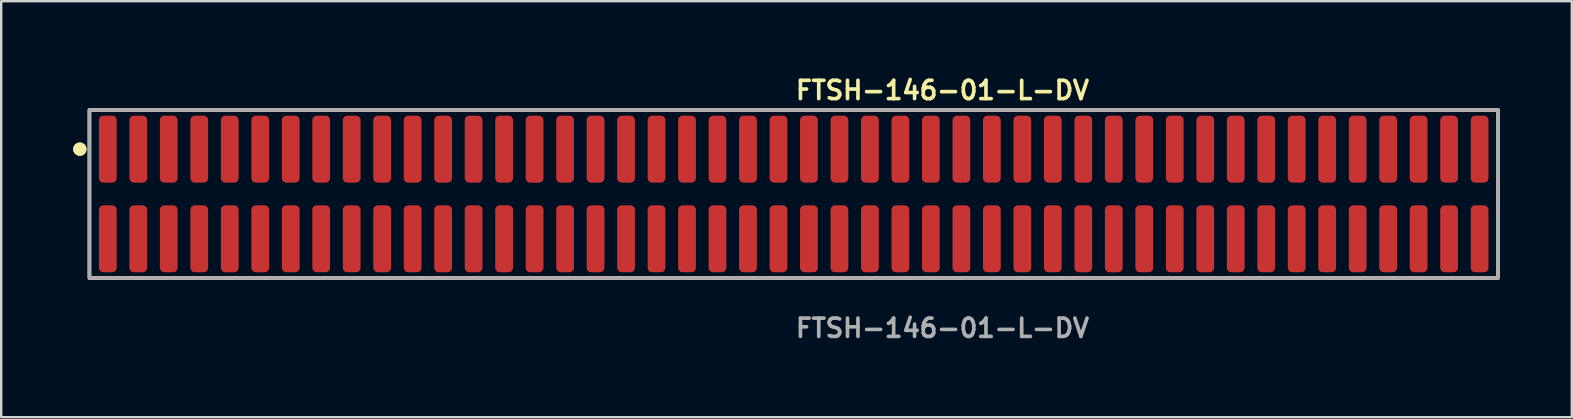
<source format=kicad_pcb>
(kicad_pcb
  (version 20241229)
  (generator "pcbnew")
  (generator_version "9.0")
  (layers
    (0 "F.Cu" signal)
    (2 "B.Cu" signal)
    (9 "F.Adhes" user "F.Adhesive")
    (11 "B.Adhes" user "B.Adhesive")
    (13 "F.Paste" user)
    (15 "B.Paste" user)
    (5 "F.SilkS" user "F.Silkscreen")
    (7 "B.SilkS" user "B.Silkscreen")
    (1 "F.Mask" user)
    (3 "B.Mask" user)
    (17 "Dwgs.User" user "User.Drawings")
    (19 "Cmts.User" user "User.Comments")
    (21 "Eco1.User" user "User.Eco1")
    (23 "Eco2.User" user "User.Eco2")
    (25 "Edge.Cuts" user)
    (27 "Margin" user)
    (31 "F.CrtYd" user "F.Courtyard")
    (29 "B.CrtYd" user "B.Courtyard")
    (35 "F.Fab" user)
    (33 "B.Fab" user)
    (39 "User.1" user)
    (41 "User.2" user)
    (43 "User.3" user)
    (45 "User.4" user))
  (footprint "FTSH-146-01-L-DV"
    (layer "F.Cu")
    (at 30.016 5.031)
    (property "Reference" "FTSH-146-01-L-DV" (at 0 -4.318 0) (unlocked yes) (layer "F.SilkS") (effects (font (size 0.762 0.762) (thickness 0.152)) (justify left)))
    (fp_rect (start -29.34 3.5) (end 29.34 -3.5) (stroke (width 0.152) (type solid)) (fill no) (layer "F.SilkS"))
    (fp_circle (center -29.74 -1.867) (end -29.94 -1.867) (stroke (width 0.152) (type solid)) (fill yes) (layer "F.SilkS"))
    (fp_circle (center -29.74 -1.867) (end -29.94 -1.867) (stroke (width 0.152) (type solid)) (fill yes) (layer "F.SilkS"))
    (fp_rect (start -29.34 3.5) (end 29.34 -3.5) (stroke (width 0.006) (type solid)) (fill no) (layer "F.CrtYd"))
    (fp_rect (start -29.34 3.5) (end 29.34 -3.5) (stroke (width 0.152) (type solid)) (fill no) (layer "F.Fab"))
    (fp_text user "${REFERENCE}" (at 0 5.588 0) (unlocked yes) (layer "F.Fab") (effects (font (size 0.762 0.762) (thickness 0.152)) (justify left)))
    (pad "1" smd roundrect (at -28.575 -1.867) (size 0.74 2.79) (layers "F.Cu" "F.Paste") (roundrect_rratio 0.25))
    (pad "2" smd roundrect (at -28.575 1.867) (size 0.74 2.79) (layers "F.Cu" "F.Paste") (roundrect_rratio 0.25))
    (pad "3" smd roundrect (at -27.305 -1.867) (size 0.74 2.79) (layers "F.Cu" "F.Paste") (roundrect_rratio 0.25))
    (pad "4" smd roundrect (at -27.305 1.867) (size 0.74 2.79) (layers "F.Cu" "F.Paste") (roundrect_rratio 0.25))
    (pad "5" smd roundrect (at -26.035 -1.867) (size 0.74 2.79) (layers "F.Cu" "F.Paste") (roundrect_rratio 0.25))
    (pad "6" smd roundrect (at -26.035 1.867) (size 0.74 2.79) (layers "F.Cu" "F.Paste") (roundrect_rratio 0.25))
    (pad "7" smd roundrect (at -24.765 -1.867) (size 0.74 2.79) (layers "F.Cu" "F.Paste") (roundrect_rratio 0.25))
    (pad "8" smd roundrect (at -24.765 1.867) (size 0.74 2.79) (layers "F.Cu" "F.Paste") (roundrect_rratio 0.25))
    (pad "9" smd roundrect (at -23.495 -1.867) (size 0.74 2.79) (layers "F.Cu" "F.Paste") (roundrect_rratio 0.25))
    (pad "10" smd roundrect (at -23.495 1.867) (size 0.74 2.79) (layers "F.Cu" "F.Paste") (roundrect_rratio 0.25))
    (pad "11" smd roundrect (at -22.225 -1.867) (size 0.74 2.79) (layers "F.Cu" "F.Paste") (roundrect_rratio 0.25))
    (pad "12" smd roundrect (at -22.225 1.867) (size 0.74 2.79) (layers "F.Cu" "F.Paste") (roundrect_rratio 0.25))
    (pad "13" smd roundrect (at -20.955 -1.867) (size 0.74 2.79) (layers "F.Cu" "F.Paste") (roundrect_rratio 0.25))
    (pad "14" smd roundrect (at -20.955 1.867) (size 0.74 2.79) (layers "F.Cu" "F.Paste") (roundrect_rratio 0.25))
    (pad "15" smd roundrect (at -19.685 -1.867) (size 0.74 2.79) (layers "F.Cu" "F.Paste") (roundrect_rratio 0.25))
    (pad "16" smd roundrect (at -19.685 1.867) (size 0.74 2.79) (layers "F.Cu" "F.Paste") (roundrect_rratio 0.25))
    (pad "17" smd roundrect (at -18.415 -1.867) (size 0.74 2.79) (layers "F.Cu" "F.Paste") (roundrect_rratio 0.25))
    (pad "18" smd roundrect (at -18.415 1.867) (size 0.74 2.79) (layers "F.Cu" "F.Paste") (roundrect_rratio 0.25))
    (pad "19" smd roundrect (at -17.145 -1.867) (size 0.74 2.79) (layers "F.Cu" "F.Paste") (roundrect_rratio 0.25))
    (pad "20" smd roundrect (at -17.145 1.867) (size 0.74 2.79) (layers "F.Cu" "F.Paste") (roundrect_rratio 0.25))
    (pad "21" smd roundrect (at -15.875 -1.867) (size 0.74 2.79) (layers "F.Cu" "F.Paste") (roundrect_rratio 0.25))
    (pad "22" smd roundrect (at -15.875 1.867) (size 0.74 2.79) (layers "F.Cu" "F.Paste") (roundrect_rratio 0.25))
    (pad "23" smd roundrect (at -14.605 -1.867) (size 0.74 2.79) (layers "F.Cu" "F.Paste") (roundrect_rratio 0.25))
    (pad "24" smd roundrect (at -14.605 1.867) (size 0.74 2.79) (layers "F.Cu" "F.Paste") (roundrect_rratio 0.25))
    (pad "25" smd roundrect (at -13.335 -1.867) (size 0.74 2.79) (layers "F.Cu" "F.Paste") (roundrect_rratio 0.25))
    (pad "26" smd roundrect (at -13.335 1.867) (size 0.74 2.79) (layers "F.Cu" "F.Paste") (roundrect_rratio 0.25))
    (pad "27" smd roundrect (at -12.065 -1.867) (size 0.74 2.79) (layers "F.Cu" "F.Paste") (roundrect_rratio 0.25))
    (pad "28" smd roundrect (at -12.065 1.867) (size 0.74 2.79) (layers "F.Cu" "F.Paste") (roundrect_rratio 0.25))
    (pad "29" smd roundrect (at -10.795 -1.867) (size 0.74 2.79) (layers "F.Cu" "F.Paste") (roundrect_rratio 0.25))
    (pad "30" smd roundrect (at -10.795 1.867) (size 0.74 2.79) (layers "F.Cu" "F.Paste") (roundrect_rratio 0.25))
    (pad "31" smd roundrect (at -9.525 -1.867) (size 0.74 2.79) (layers "F.Cu" "F.Paste") (roundrect_rratio 0.25))
    (pad "32" smd roundrect (at -9.525 1.867) (size 0.74 2.79) (layers "F.Cu" "F.Paste") (roundrect_rratio 0.25))
    (pad "33" smd roundrect (at -8.255 -1.867) (size 0.74 2.79) (layers "F.Cu" "F.Paste") (roundrect_rratio 0.25))
    (pad "34" smd roundrect (at -8.255 1.867) (size 0.74 2.79) (layers "F.Cu" "F.Paste") (roundrect_rratio 0.25))
    (pad "35" smd roundrect (at -6.985 -1.867) (size 0.74 2.79) (layers "F.Cu" "F.Paste") (roundrect_rratio 0.25))
    (pad "36" smd roundrect (at -6.985 1.867) (size 0.74 2.79) (layers "F.Cu" "F.Paste") (roundrect_rratio 0.25))
    (pad "37" smd roundrect (at -5.715 -1.867) (size 0.74 2.79) (layers "F.Cu" "F.Paste") (roundrect_rratio 0.25))
    (pad "38" smd roundrect (at -5.715 1.867) (size 0.74 2.79) (layers "F.Cu" "F.Paste") (roundrect_rratio 0.25))
    (pad "39" smd roundrect (at -4.445 -1.867) (size 0.74 2.79) (layers "F.Cu" "F.Paste") (roundrect_rratio 0.25))
    (pad "40" smd roundrect (at -4.445 1.867) (size 0.74 2.79) (layers "F.Cu" "F.Paste") (roundrect_rratio 0.25))
    (pad "41" smd roundrect (at -3.175 -1.867) (size 0.74 2.79) (layers "F.Cu" "F.Paste") (roundrect_rratio 0.25))
    (pad "42" smd roundrect (at -3.175 1.867) (size 0.74 2.79) (layers "F.Cu" "F.Paste") (roundrect_rratio 0.25))
    (pad "43" smd roundrect (at -1.905 -1.867) (size 0.74 2.79) (layers "F.Cu" "F.Paste") (roundrect_rratio 0.25))
    (pad "44" smd roundrect (at -1.905 1.867) (size 0.74 2.79) (layers "F.Cu" "F.Paste") (roundrect_rratio 0.25))
    (pad "45" smd roundrect (at -0.635 -1.867) (size 0.74 2.79) (layers "F.Cu" "F.Paste") (roundrect_rratio 0.25))
    (pad "46" smd roundrect (at -0.635 1.867) (size 0.74 2.79) (layers "F.Cu" "F.Paste") (roundrect_rratio 0.25))
    (pad "47" smd roundrect (at 0.635 -1.867) (size 0.74 2.79) (layers "F.Cu" "F.Paste") (roundrect_rratio 0.25))
    (pad "48" smd roundrect (at 0.635 1.867) (size 0.74 2.79) (layers "F.Cu" "F.Paste") (roundrect_rratio 0.25))
    (pad "49" smd roundrect (at 1.905 -1.867) (size 0.74 2.79) (layers "F.Cu" "F.Paste") (roundrect_rratio 0.25))
    (pad "50" smd roundrect (at 1.905 1.867) (size 0.74 2.79) (layers "F.Cu" "F.Paste") (roundrect_rratio 0.25))
    (pad "51" smd roundrect (at 3.175 -1.867) (size 0.74 2.79) (layers "F.Cu" "F.Paste") (roundrect_rratio 0.25))
    (pad "52" smd roundrect (at 3.175 1.867) (size 0.74 2.79) (layers "F.Cu" "F.Paste") (roundrect_rratio 0.25))
    (pad "53" smd roundrect (at 4.445 -1.867) (size 0.74 2.79) (layers "F.Cu" "F.Paste") (roundrect_rratio 0.25))
    (pad "54" smd roundrect (at 4.445 1.867) (size 0.74 2.79) (layers "F.Cu" "F.Paste") (roundrect_rratio 0.25))
    (pad "55" smd roundrect (at 5.715 -1.867) (size 0.74 2.79) (layers "F.Cu" "F.Paste") (roundrect_rratio 0.25))
    (pad "56" smd roundrect (at 5.715 1.867) (size 0.74 2.79) (layers "F.Cu" "F.Paste") (roundrect_rratio 0.25))
    (pad "57" smd roundrect (at 6.985 -1.867) (size 0.74 2.79) (layers "F.Cu" "F.Paste") (roundrect_rratio 0.25))
    (pad "58" smd roundrect (at 6.985 1.867) (size 0.74 2.79) (layers "F.Cu" "F.Paste") (roundrect_rratio 0.25))
    (pad "59" smd roundrect (at 8.255 -1.867) (size 0.74 2.79) (layers "F.Cu" "F.Paste") (roundrect_rratio 0.25))
    (pad "60" smd roundrect (at 8.255 1.867) (size 0.74 2.79) (layers "F.Cu" "F.Paste") (roundrect_rratio 0.25))
    (pad "61" smd roundrect (at 9.525 -1.867) (size 0.74 2.79) (layers "F.Cu" "F.Paste") (roundrect_rratio 0.25))
    (pad "62" smd roundrect (at 9.525 1.867) (size 0.74 2.79) (layers "F.Cu" "F.Paste") (roundrect_rratio 0.25))
    (pad "63" smd roundrect (at 10.795 -1.867) (size 0.74 2.79) (layers "F.Cu" "F.Paste") (roundrect_rratio 0.25))
    (pad "64" smd roundrect (at 10.795 1.867) (size 0.74 2.79) (layers "F.Cu" "F.Paste") (roundrect_rratio 0.25))
    (pad "65" smd roundrect (at 12.065 -1.867) (size 0.74 2.79) (layers "F.Cu" "F.Paste") (roundrect_rratio 0.25))
    (pad "66" smd roundrect (at 12.065 1.867) (size 0.74 2.79) (layers "F.Cu" "F.Paste") (roundrect_rratio 0.25))
    (pad "67" smd roundrect (at 13.335 -1.867) (size 0.74 2.79) (layers "F.Cu" "F.Paste") (roundrect_rratio 0.25))
    (pad "68" smd roundrect (at 13.335 1.867) (size 0.74 2.79) (layers "F.Cu" "F.Paste") (roundrect_rratio 0.25))
    (pad "69" smd roundrect (at 14.605 -1.867) (size 0.74 2.79) (layers "F.Cu" "F.Paste") (roundrect_rratio 0.25))
    (pad "70" smd roundrect (at 14.605 1.867) (size 0.74 2.79) (layers "F.Cu" "F.Paste") (roundrect_rratio 0.25))
    (pad "71" smd roundrect (at 15.875 -1.867) (size 0.74 2.79) (layers "F.Cu" "F.Paste") (roundrect_rratio 0.25))
    (pad "72" smd roundrect (at 15.875 1.867) (size 0.74 2.79) (layers "F.Cu" "F.Paste") (roundrect_rratio 0.25))
    (pad "73" smd roundrect (at 17.145 -1.867) (size 0.74 2.79) (layers "F.Cu" "F.Paste") (roundrect_rratio 0.25))
    (pad "74" smd roundrect (at 17.145 1.867) (size 0.74 2.79) (layers "F.Cu" "F.Paste") (roundrect_rratio 0.25))
    (pad "75" smd roundrect (at 18.415 -1.867) (size 0.74 2.79) (layers "F.Cu" "F.Paste") (roundrect_rratio 0.25))
    (pad "76" smd roundrect (at 18.415 1.867) (size 0.74 2.79) (layers "F.Cu" "F.Paste") (roundrect_rratio 0.25))
    (pad "77" smd roundrect (at 19.685 -1.867) (size 0.74 2.79) (layers "F.Cu" "F.Paste") (roundrect_rratio 0.25))
    (pad "78" smd roundrect (at 19.685 1.867) (size 0.74 2.79) (layers "F.Cu" "F.Paste") (roundrect_rratio 0.25))
    (pad "79" smd roundrect (at 20.955 -1.867) (size 0.74 2.79) (layers "F.Cu" "F.Paste") (roundrect_rratio 0.25))
    (pad "80" smd roundrect (at 20.955 1.867) (size 0.74 2.79) (layers "F.Cu" "F.Paste") (roundrect_rratio 0.25))
    (pad "81" smd roundrect (at 22.225 -1.867) (size 0.74 2.79) (layers "F.Cu" "F.Paste") (roundrect_rratio 0.25))
    (pad "82" smd roundrect (at 22.225 1.867) (size 0.74 2.79) (layers "F.Cu" "F.Paste") (roundrect_rratio 0.25))
    (pad "83" smd roundrect (at 23.495 -1.867) (size 0.74 2.79) (layers "F.Cu" "F.Paste") (roundrect_rratio 0.25))
    (pad "84" smd roundrect (at 23.495 1.867) (size 0.74 2.79) (layers "F.Cu" "F.Paste") (roundrect_rratio 0.25))
    (pad "85" smd roundrect (at 24.765 -1.867) (size 0.74 2.79) (layers "F.Cu" "F.Paste") (roundrect_rratio 0.25))
    (pad "86" smd roundrect (at 24.765 1.867) (size 0.74 2.79) (layers "F.Cu" "F.Paste") (roundrect_rratio 0.25))
    (pad "87" smd roundrect (at 26.035 -1.867) (size 0.74 2.79) (layers "F.Cu" "F.Paste") (roundrect_rratio 0.25))
    (pad "88" smd roundrect (at 26.035 1.867) (size 0.74 2.79) (layers "F.Cu" "F.Paste") (roundrect_rratio 0.25))
    (pad "89" smd roundrect (at 27.305 -1.867) (size 0.74 2.79) (layers "F.Cu" "F.Paste") (roundrect_rratio 0.25))
    (pad "90" smd roundrect (at 27.305 1.867) (size 0.74 2.79) (layers "F.Cu" "F.Paste") (roundrect_rratio 0.25))
    (pad "91" smd roundrect (at 28.575 -1.867) (size 0.74 2.79) (layers "F.Cu" "F.Paste") (roundrect_rratio 0.25))
    (pad "92" smd roundrect (at 28.575 1.867) (size 0.74 2.79) (layers "F.Cu" "F.Paste") (roundrect_rratio 0.25)))
  (gr_rect
    (start -3 -3)
    (end 62.432 14.332)
    (stroke (width 0.1) (type default))
    (fill no)
    (layer "Edge.Cuts")))
</source>
